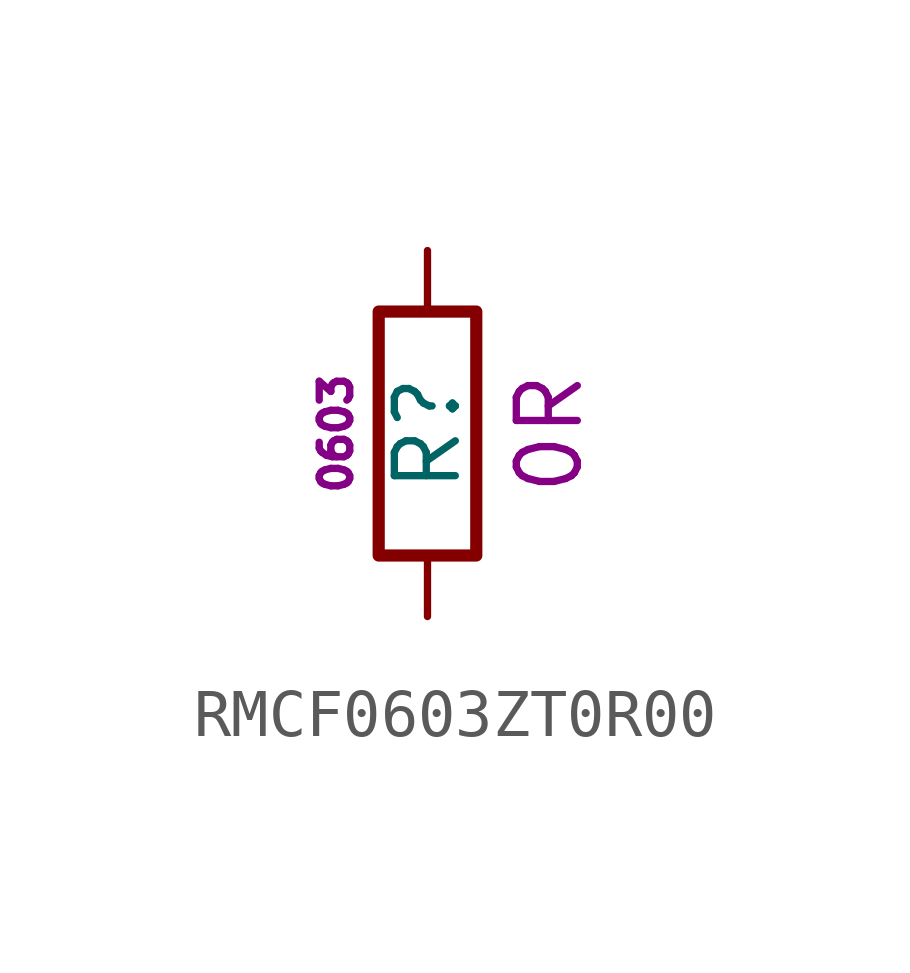
<source format=kicad_sym>
(kicad_symbol_lib
  (version 20231120)
  (generator "kicad_symbol_editor")
  (generator_version "8.0")
  (symbol "RMCF0603ZT0R00"
    (pin_numbers hide)
    (pin_names
      (offset 0))
    (property "Reference" "R"
      (at 0 0 90)
      (effects (font (size 1.27 1.27))))
    (property "Datasheet" ""
      (at 2.032 0 90)
      (effects (font (size 1.27 1.27))))
    (property "P_Value" "0R"
      (at 2.54 0 90)
      (effects (font (size 1.27 1.27))))
    (property "Package" "0603"
      (at -1.905 0 90)
      (effects (font (size 0.635 0.635))))
    (symbol "RMCF0603ZT0R00_0_1"
      (rectangle (start -1.016 -2.54) (end 1.016 2.54) (stroke (width 0.254) (type default)) (fill (type none))))
    (symbol "RMCF0603ZT0R00_1_1"
      (pin passive line (at 0 3.81 270) (length 1.27) (name "~" (effects (font (size 1.27 1.27)))) (number "1" (effects (font (size 1.27 1.27)))))
      (pin passive line (at 0 -3.81 90) (length 1.27) (name "~" (effects (font (size 1.27 1.27)))) (number "2" (effects (font (size 1.27 1.27))))))))
</source>
